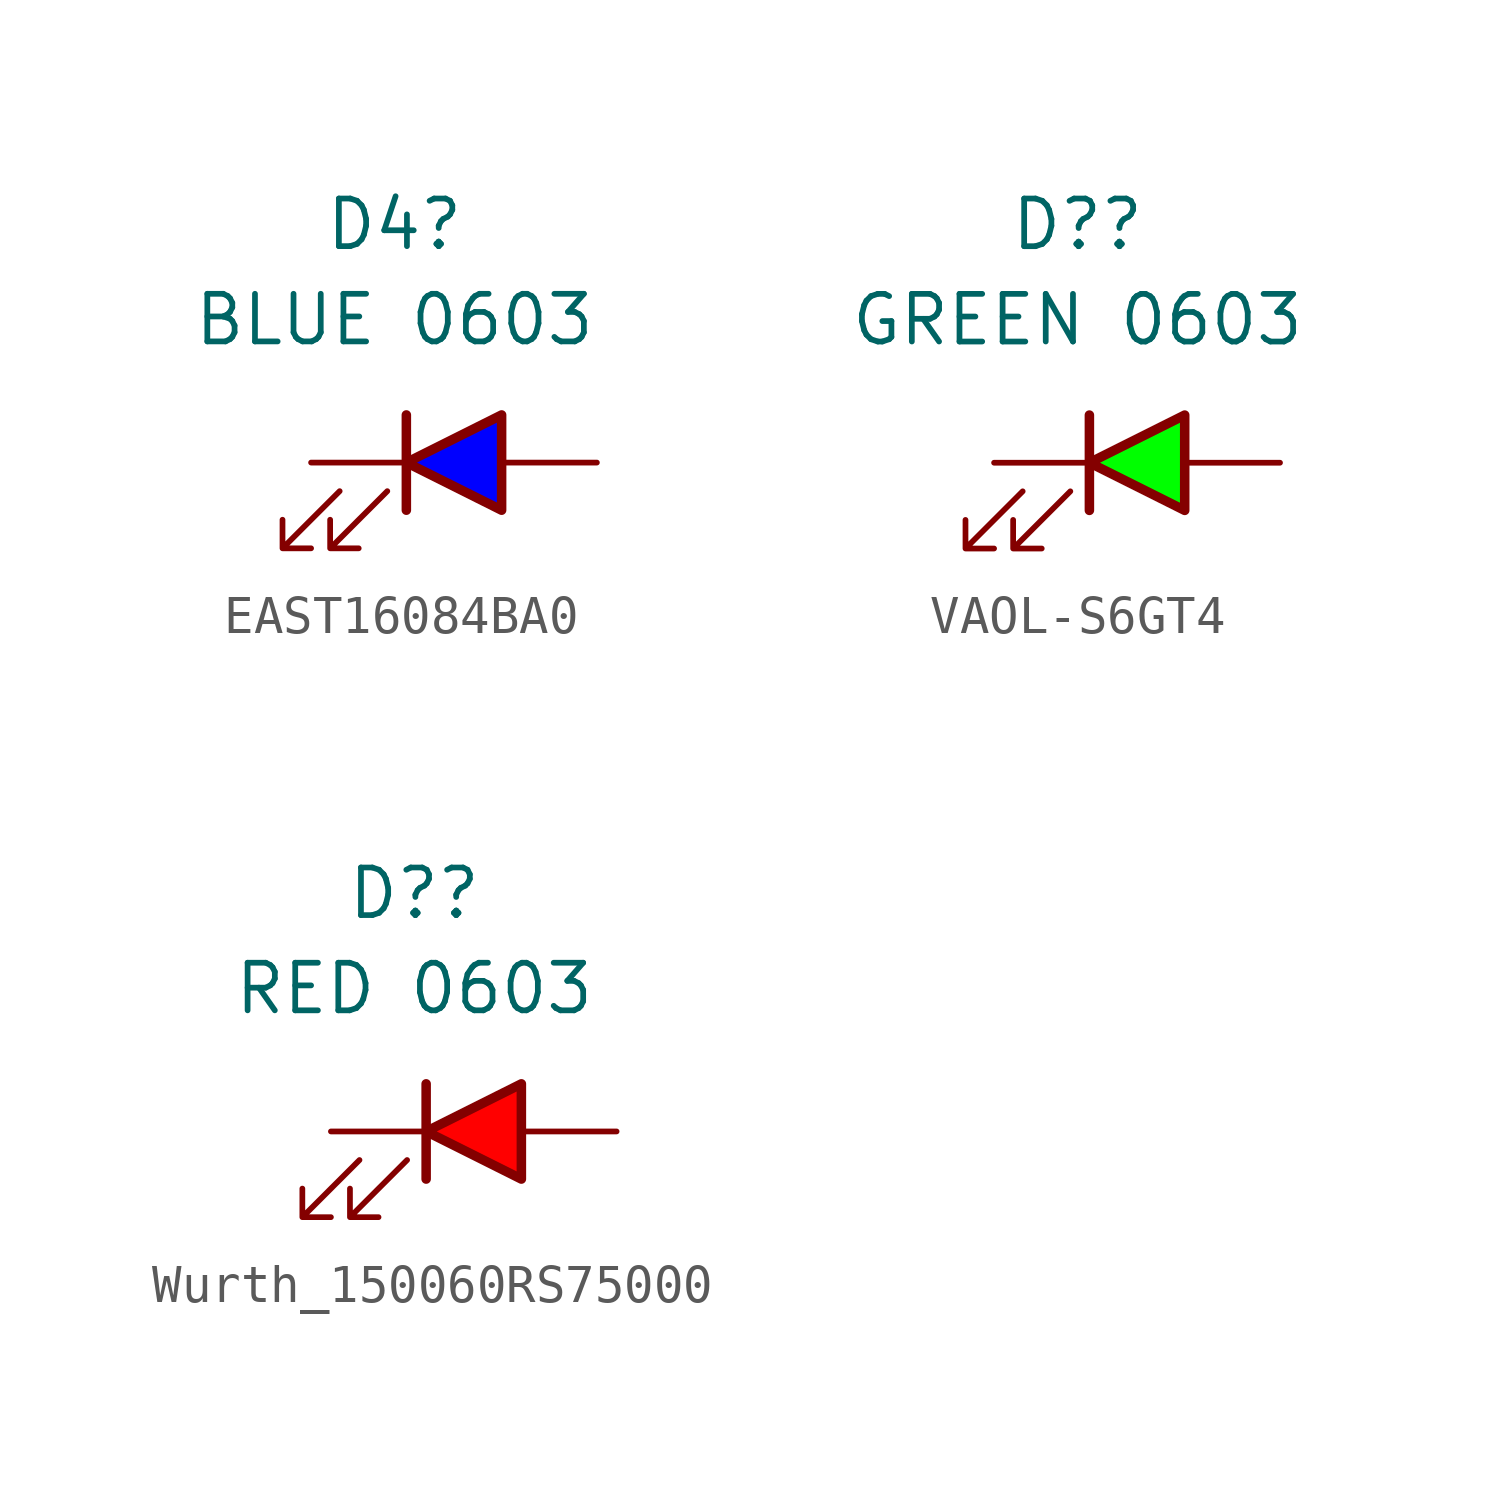
<source format=kicad_sym>
(kicad_symbol_lib
  (version 20220914)
  (generator kicad_symbol_editor)
  (symbol "EAST16084BA0"
    (pin_numbers hide)
    (pin_names
      (offset 1.016) hide)
    (property "Reference" "D4"
      (at -1.587 6.35 0)
      (effects (font (size 1.27 1.27))))
    (property "Value" "BLUE 0603"
      (at -1.587 3.81 0)
      (effects (font (size 1.27 1.27))))
    (symbol "EAST16084BA0_0_1"
      (polyline (pts (xy -1.27 -1.27) (xy -1.27 1.27)) (stroke (width 0.254) (type default)) (fill (type none)))
      (polyline (pts (xy -3.048 -0.762) (xy -4.572 -2.286) (xy -3.81 -2.286) (xy -4.572 -2.286) (xy -4.572 -1.524)) (stroke (width 0) (type default)) (fill (type none)))
      (polyline (pts (xy -1.778 -0.762) (xy -3.302 -2.286) (xy -2.54 -2.286) (xy -3.302 -2.286) (xy -3.302 -1.524)) (stroke (width 0) (type default)) (fill (type none))))
    (symbol "EAST16084BA0_1_1"
      (polyline (pts (xy 1.27 -1.27) (xy 1.27 1.27) (xy -1.27 0) (xy 1.27 -1.27)) (stroke (width 0.254) (type default)) (fill (type color) (color 0 0 255 1)))
      (pin passive line (at -3.81 0 0) (length 2.54) (name "K" (effects (font (size 1.27 1.27)))) (number "1" (effects (font (size 1.27 1.27)))))
      (pin passive line (at 3.81 0 180) (length 2.54) (name "A" (effects (font (size 1.27 1.27)))) (number "2" (effects (font (size 1.27 1.27)))))))
  (symbol "VAOL-S6GT4"
    (pin_numbers hide)
    (pin_names
      (offset 1.016) hide)
    (property "Reference" "D?"
      (at -1.587 6.35 0)
      (effects (font (size 1.27 1.27))))
    (property "Value" "GREEN 0603"
      (at -1.587 3.81 0)
      (effects (font (size 1.27 1.27))))
    (symbol "VAOL-S6GT4_0_1"
      (polyline (pts (xy -1.27 -1.27) (xy -1.27 1.27)) (stroke (width 0.254) (type default)) (fill (type none)))
      (polyline (pts (xy -3.048 -0.762) (xy -4.572 -2.286) (xy -3.81 -2.286) (xy -4.572 -2.286) (xy -4.572 -1.524)) (stroke (width 0) (type default)) (fill (type none)))
      (polyline (pts (xy -1.778 -0.762) (xy -3.302 -2.286) (xy -2.54 -2.286) (xy -3.302 -2.286) (xy -3.302 -1.524)) (stroke (width 0) (type default)) (fill (type none))))
    (symbol "VAOL-S6GT4_1_1"
      (polyline (pts (xy 1.27 -1.27) (xy 1.27 1.27) (xy -1.27 0) (xy 1.27 -1.27)) (stroke (width 0.254) (type default)) (fill (type color) (color 0 255 0 1)))
      (pin passive line (at -3.81 0 0) (length 2.54) (name "K" (effects (font (size 1.27 1.27)))) (number "1" (effects (font (size 1.27 1.27)))))
      (pin passive line (at 3.81 0 180) (length 2.54) (name "A" (effects (font (size 1.27 1.27)))) (number "2" (effects (font (size 1.27 1.27)))))))
  (symbol "Wurth_150060RS75000"
    (pin_numbers hide)
    (pin_names
      (offset 1.016) hide)
    (property "Reference" "D?"
      (at -1.587 6.35 0)
      (effects (font (size 1.27 1.27))))
    (property "Value" "RED 0603"
      (at -1.587 3.81 0)
      (effects (font (size 1.27 1.27))))
    (symbol "Wurth_150060RS75000_0_1"
      (polyline (pts (xy -1.27 -1.27) (xy -1.27 1.27)) (stroke (width 0.254) (type default)) (fill (type none)))
      (polyline (pts (xy -3.048 -0.762) (xy -4.572 -2.286) (xy -3.81 -2.286) (xy -4.572 -2.286) (xy -4.572 -1.524)) (stroke (width 0) (type default)) (fill (type none)))
      (polyline (pts (xy -1.778 -0.762) (xy -3.302 -2.286) (xy -2.54 -2.286) (xy -3.302 -2.286) (xy -3.302 -1.524)) (stroke (width 0) (type default)) (fill (type none))))
    (symbol "Wurth_150060RS75000_1_1"
      (polyline (pts (xy 1.27 -1.27) (xy 1.27 1.27) (xy -1.27 0) (xy 1.27 -1.27)) (stroke (width 0.254) (type default)) (fill (type color) (color 255 0 0 1)))
      (pin passive line (at -3.81 0 0) (length 2.54) (name "K" (effects (font (size 1.27 1.27)))) (number "1" (effects (font (size 1.27 1.27)))))
      (pin passive line (at 3.81 0 180) (length 2.54) (name "A" (effects (font (size 1.27 1.27)))) (number "2" (effects (font (size 1.27 1.27))))))))
</source>
